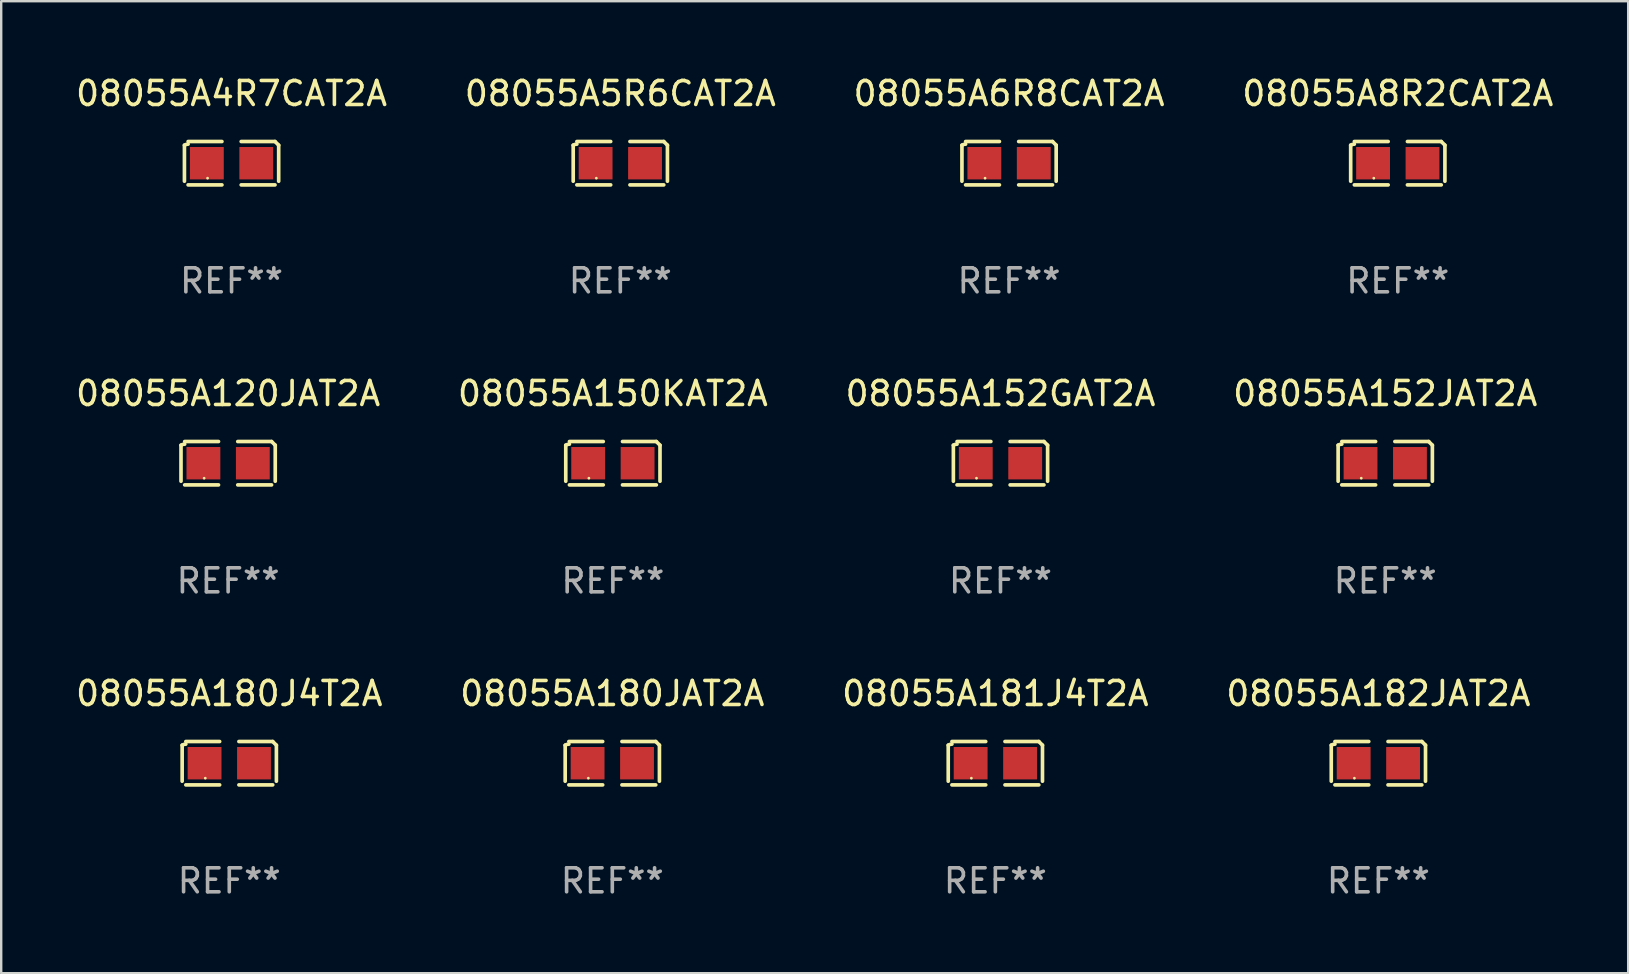
<source format=kicad_pcb>
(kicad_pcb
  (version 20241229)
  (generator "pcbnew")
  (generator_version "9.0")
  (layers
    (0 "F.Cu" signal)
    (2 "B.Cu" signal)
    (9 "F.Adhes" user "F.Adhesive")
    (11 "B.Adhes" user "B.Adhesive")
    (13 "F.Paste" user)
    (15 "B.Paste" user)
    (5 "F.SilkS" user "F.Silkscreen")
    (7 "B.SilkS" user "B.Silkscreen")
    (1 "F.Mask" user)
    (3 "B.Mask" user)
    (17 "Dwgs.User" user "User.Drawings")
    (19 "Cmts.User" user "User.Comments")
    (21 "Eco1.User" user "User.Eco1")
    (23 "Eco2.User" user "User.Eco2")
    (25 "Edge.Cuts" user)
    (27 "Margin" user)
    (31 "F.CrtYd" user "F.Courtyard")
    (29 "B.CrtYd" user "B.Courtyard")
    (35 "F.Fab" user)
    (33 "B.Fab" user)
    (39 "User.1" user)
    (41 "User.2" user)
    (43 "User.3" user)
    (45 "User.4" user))
  (footprint "08055A4R7CAT2A"
    (layer "F.Cu")
    (at 6.601 3.752)
    (property "Reference" "08055A4R7CAT2A" (at 0 -2.904 0) (layer "F.SilkS") (effects (font (size 1 1) (thickness 0.15))))
    (attr through_hole)
    (fp_line (start -1.964 0.751) (end -1.964 -0.751) (stroke (width 0.152) (type solid)) (layer "F.SilkS"))
    (fp_line (start -1.811 -0.904) (end -0.401 -0.904) (stroke (width 0.152) (type solid)) (layer "F.SilkS"))
    (fp_line (start -0.401 0.904) (end -1.811 0.904) (stroke (width 0.152) (type solid)) (layer "F.SilkS"))
    (fp_line (start 0.401 0.904) (end 1.811 0.904) (stroke (width 0.152) (type solid)) (layer "F.SilkS"))
    (fp_line (start 1.811 -0.904) (end 0.401 -0.904) (stroke (width 0.152) (type solid)) (layer "F.SilkS"))
    (fp_line (start 1.964 0.751) (end 1.964 -0.751) (stroke (width 0.152) (type solid)) (layer "F.SilkS"))
    (fp_arc (start -1.963602 -0.751207) (mid -1.890354 -0.783131) (end -1.811201 -0.794044) (stroke (width 0.1524) (type solid)) (layer "F.SilkS"))
    (fp_arc (start 1.811202 -0.903607) (mid 1.887413 -0.827418) (end 1.963602 -0.751207) (stroke (width 0.1524) (type solid)) (layer "F.SilkS"))
    (fp_circle (center -1 0.625) (end -0.97 0.625) (stroke (width 0.06) (type solid)) (fill no) (layer "F.SilkS"))
    (fp_text user "REF**" (at 0 4.904 0) (layer "F.Fab") (effects (font (size 1 1) (thickness 0.15))))
    (pad "1" smd rect (at -1.03 0) (size 1.41 1.35) (layers "F.Cu" "F.Mask" "F.Paste"))
    (pad "2" smd rect (at 1.03 0) (size 1.41 1.35) (layers "F.Cu" "F.Mask" "F.Paste")))
  (footprint "08055A5R6CAT2A"
    (layer "F.Cu")
    (at 22.804 3.752)
    (property "Reference" "08055A5R6CAT2A" (at 0 -2.904 0) (layer "F.SilkS") (effects (font (size 1 1) (thickness 0.15))))
    (attr through_hole)
    (fp_line (start -1.964 0.751) (end -1.964 -0.751) (stroke (width 0.152) (type solid)) (layer "F.SilkS"))
    (fp_line (start -1.811 -0.904) (end -0.401 -0.904) (stroke (width 0.152) (type solid)) (layer "F.SilkS"))
    (fp_line (start -0.401 0.904) (end -1.811 0.904) (stroke (width 0.152) (type solid)) (layer "F.SilkS"))
    (fp_line (start 0.401 0.904) (end 1.811 0.904) (stroke (width 0.152) (type solid)) (layer "F.SilkS"))
    (fp_line (start 1.811 -0.904) (end 0.401 -0.904) (stroke (width 0.152) (type solid)) (layer "F.SilkS"))
    (fp_line (start 1.964 0.751) (end 1.964 -0.751) (stroke (width 0.152) (type solid)) (layer "F.SilkS"))
    (fp_arc (start -1.963602 -0.751207) (mid -1.890354 -0.783131) (end -1.811201 -0.794044) (stroke (width 0.1524) (type solid)) (layer "F.SilkS"))
    (fp_arc (start 1.811202 -0.903607) (mid 1.887413 -0.827418) (end 1.963602 -0.751207) (stroke (width 0.1524) (type solid)) (layer "F.SilkS"))
    (fp_circle (center -1 0.625) (end -0.97 0.625) (stroke (width 0.06) (type solid)) (fill no) (layer "F.SilkS"))
    (fp_text user "REF**" (at 0 4.904 0) (layer "F.Fab") (effects (font (size 1 1) (thickness 0.15))))
    (pad "1" smd rect (at -1.03 0) (size 1.41 1.35) (layers "F.Cu" "F.Mask" "F.Paste"))
    (pad "2" smd rect (at 1.03 0) (size 1.41 1.35) (layers "F.Cu" "F.Mask" "F.Paste")))
  (footprint "08055A150KAT2A"
    (layer "F.Cu")
    (at 22.494 16.256)
    (property "Reference" "08055A150KAT2A" (at 0 -2.904 0) (layer "F.SilkS") (effects (font (size 1 1) (thickness 0.15))))
    (attr through_hole)
    (fp_line (start -1.964 0.751) (end -1.964 -0.751) (stroke (width 0.152) (type solid)) (layer "F.SilkS"))
    (fp_line (start -1.811 -0.904) (end -0.401 -0.904) (stroke (width 0.152) (type solid)) (layer "F.SilkS"))
    (fp_line (start -0.401 0.904) (end -1.811 0.904) (stroke (width 0.152) (type solid)) (layer "F.SilkS"))
    (fp_line (start 0.401 0.904) (end 1.811 0.904) (stroke (width 0.152) (type solid)) (layer "F.SilkS"))
    (fp_line (start 1.811 -0.904) (end 0.401 -0.904) (stroke (width 0.152) (type solid)) (layer "F.SilkS"))
    (fp_line (start 1.964 0.751) (end 1.964 -0.751) (stroke (width 0.152) (type solid)) (layer "F.SilkS"))
    (fp_arc (start -1.963602 -0.751207) (mid -1.890354 -0.783131) (end -1.811201 -0.794044) (stroke (width 0.1524) (type solid)) (layer "F.SilkS"))
    (fp_arc (start 1.811202 -0.903607) (mid 1.887413 -0.827418) (end 1.963602 -0.751207) (stroke (width 0.1524) (type solid)) (layer "F.SilkS"))
    (fp_circle (center -1 0.625) (end -0.97 0.625) (stroke (width 0.06) (type solid)) (fill no) (layer "F.SilkS"))
    (fp_text user "REF**" (at 0 4.904 0) (layer "F.Fab") (effects (font (size 1 1) (thickness 0.15))))
    (pad "1" smd rect (at -1.03 0) (size 1.41 1.35) (layers "F.Cu" "F.Mask" "F.Paste"))
    (pad "2" smd rect (at 1.03 0) (size 1.41 1.35) (layers "F.Cu" "F.Mask" "F.Paste")))
  (footprint "08055A120JAT2A"
    (layer "F.Cu")
    (at 6.458 16.256)
    (property "Reference" "08055A120JAT2A" (at 0 -2.904 0) (layer "F.SilkS") (effects (font (size 1 1) (thickness 0.15))))
    (attr through_hole)
    (fp_line (start -1.964 0.751) (end -1.964 -0.751) (stroke (width 0.152) (type solid)) (layer "F.SilkS"))
    (fp_line (start -1.811 -0.904) (end -0.401 -0.904) (stroke (width 0.152) (type solid)) (layer "F.SilkS"))
    (fp_line (start -0.401 0.904) (end -1.811 0.904) (stroke (width 0.152) (type solid)) (layer "F.SilkS"))
    (fp_line (start 0.401 0.904) (end 1.811 0.904) (stroke (width 0.152) (type solid)) (layer "F.SilkS"))
    (fp_line (start 1.811 -0.904) (end 0.401 -0.904) (stroke (width 0.152) (type solid)) (layer "F.SilkS"))
    (fp_line (start 1.964 0.751) (end 1.964 -0.751) (stroke (width 0.152) (type solid)) (layer "F.SilkS"))
    (fp_arc (start -1.963602 -0.751207) (mid -1.890354 -0.783131) (end -1.811201 -0.794044) (stroke (width 0.1524) (type solid)) (layer "F.SilkS"))
    (fp_arc (start 1.811202 -0.903607) (mid 1.887413 -0.827418) (end 1.963602 -0.751207) (stroke (width 0.1524) (type solid)) (layer "F.SilkS"))
    (fp_circle (center -1 0.625) (end -0.97 0.625) (stroke (width 0.06) (type solid)) (fill no) (layer "F.SilkS"))
    (fp_text user "REF**" (at 0 4.904 0) (layer "F.Fab") (effects (font (size 1 1) (thickness 0.15))))
    (pad "1" smd rect (at -1.03 0) (size 1.41 1.35) (layers "F.Cu" "F.Mask" "F.Paste"))
    (pad "2" smd rect (at 1.03 0) (size 1.41 1.35) (layers "F.Cu" "F.Mask" "F.Paste")))
  (footprint "08055A180J4T2A"
    (layer "F.Cu")
    (at 6.506 28.759)
    (property "Reference" "08055A180J4T2A" (at 0 -2.904 0) (layer "F.SilkS") (effects (font (size 1 1) (thickness 0.15))))
    (attr through_hole)
    (fp_line (start -1.964 0.751) (end -1.964 -0.751) (stroke (width 0.152) (type solid)) (layer "F.SilkS"))
    (fp_line (start -1.811 -0.904) (end -0.401 -0.904) (stroke (width 0.152) (type solid)) (layer "F.SilkS"))
    (fp_line (start -0.401 0.904) (end -1.811 0.904) (stroke (width 0.152) (type solid)) (layer "F.SilkS"))
    (fp_line (start 0.401 0.904) (end 1.811 0.904) (stroke (width 0.152) (type solid)) (layer "F.SilkS"))
    (fp_line (start 1.811 -0.904) (end 0.401 -0.904) (stroke (width 0.152) (type solid)) (layer "F.SilkS"))
    (fp_line (start 1.964 0.751) (end 1.964 -0.751) (stroke (width 0.152) (type solid)) (layer "F.SilkS"))
    (fp_arc (start -1.963602 -0.751207) (mid -1.890354 -0.783131) (end -1.811201 -0.794044) (stroke (width 0.1524) (type solid)) (layer "F.SilkS"))
    (fp_arc (start 1.811202 -0.903607) (mid 1.887413 -0.827418) (end 1.963602 -0.751207) (stroke (width 0.1524) (type solid)) (layer "F.SilkS"))
    (fp_circle (center -1 0.625) (end -0.97 0.625) (stroke (width 0.06) (type solid)) (fill no) (layer "F.SilkS"))
    (fp_text user "REF**" (at 0 4.904 0) (layer "F.Fab") (effects (font (size 1 1) (thickness 0.15))))
    (pad "1" smd rect (at -1.03 0) (size 1.41 1.35) (layers "F.Cu" "F.Mask" "F.Paste"))
    (pad "2" smd rect (at 1.03 0) (size 1.41 1.35) (layers "F.Cu" "F.Mask" "F.Paste")))
  (footprint "08055A152GAT2A"
    (layer "F.Cu")
    (at 38.649 16.256)
    (property "Reference" "08055A152GAT2A" (at 0 -2.904 0) (layer "F.SilkS") (effects (font (size 1 1) (thickness 0.15))))
    (attr through_hole)
    (fp_line (start -1.964 0.751) (end -1.964 -0.751) (stroke (width 0.152) (type solid)) (layer "F.SilkS"))
    (fp_line (start -1.811 -0.904) (end -0.401 -0.904) (stroke (width 0.152) (type solid)) (layer "F.SilkS"))
    (fp_line (start -0.401 0.904) (end -1.811 0.904) (stroke (width 0.152) (type solid)) (layer "F.SilkS"))
    (fp_line (start 0.401 0.904) (end 1.811 0.904) (stroke (width 0.152) (type solid)) (layer "F.SilkS"))
    (fp_line (start 1.811 -0.904) (end 0.401 -0.904) (stroke (width 0.152) (type solid)) (layer "F.SilkS"))
    (fp_line (start 1.964 0.751) (end 1.964 -0.751) (stroke (width 0.152) (type solid)) (layer "F.SilkS"))
    (fp_arc (start -1.963602 -0.751207) (mid -1.890354 -0.783131) (end -1.811201 -0.794044) (stroke (width 0.1524) (type solid)) (layer "F.SilkS"))
    (fp_arc (start 1.811202 -0.903607) (mid 1.887413 -0.827418) (end 1.963602 -0.751207) (stroke (width 0.1524) (type solid)) (layer "F.SilkS"))
    (fp_circle (center -1 0.625) (end -0.97 0.625) (stroke (width 0.06) (type solid)) (fill no) (layer "F.SilkS"))
    (fp_text user "REF**" (at 0 4.904 0) (layer "F.Fab") (effects (font (size 1 1) (thickness 0.15))))
    (pad "1" smd rect (at -1.03 0) (size 1.41 1.35) (layers "F.Cu" "F.Mask" "F.Paste"))
    (pad "2" smd rect (at 1.03 0) (size 1.41 1.35) (layers "F.Cu" "F.Mask" "F.Paste")))
  (footprint "08055A6R8CAT2A"
    (layer "F.Cu")
    (at 39.006 3.752)
    (property "Reference" "08055A6R8CAT2A" (at 0 -2.904 0) (layer "F.SilkS") (effects (font (size 1 1) (thickness 0.15))))
    (attr through_hole)
    (fp_line (start -1.964 0.751) (end -1.964 -0.751) (stroke (width 0.152) (type solid)) (layer "F.SilkS"))
    (fp_line (start -1.811 -0.904) (end -0.401 -0.904) (stroke (width 0.152) (type solid)) (layer "F.SilkS"))
    (fp_line (start -0.401 0.904) (end -1.811 0.904) (stroke (width 0.152) (type solid)) (layer "F.SilkS"))
    (fp_line (start 0.401 0.904) (end 1.811 0.904) (stroke (width 0.152) (type solid)) (layer "F.SilkS"))
    (fp_line (start 1.811 -0.904) (end 0.401 -0.904) (stroke (width 0.152) (type solid)) (layer "F.SilkS"))
    (fp_line (start 1.964 0.751) (end 1.964 -0.751) (stroke (width 0.152) (type solid)) (layer "F.SilkS"))
    (fp_arc (start -1.963602 -0.751207) (mid -1.890354 -0.783131) (end -1.811201 -0.794044) (stroke (width 0.1524) (type solid)) (layer "F.SilkS"))
    (fp_arc (start 1.811202 -0.903607) (mid 1.887413 -0.827418) (end 1.963602 -0.751207) (stroke (width 0.1524) (type solid)) (layer "F.SilkS"))
    (fp_circle (center -1 0.625) (end -0.97 0.625) (stroke (width 0.06) (type solid)) (fill no) (layer "F.SilkS"))
    (fp_text user "REF**" (at 0 4.904 0) (layer "F.Fab") (effects (font (size 1 1) (thickness 0.15))))
    (pad "1" smd rect (at -1.03 0) (size 1.41 1.35) (layers "F.Cu" "F.Mask" "F.Paste"))
    (pad "2" smd rect (at 1.03 0) (size 1.41 1.35) (layers "F.Cu" "F.Mask" "F.Paste")))
  (footprint "08055A182JAT2A"
    (layer "F.Cu")
    (at 54.399 28.759)
    (property "Reference" "08055A182JAT2A" (at 0 -2.904 0) (layer "F.SilkS") (effects (font (size 1 1) (thickness 0.15))))
    (attr through_hole)
    (fp_line (start -1.964 0.751) (end -1.964 -0.751) (stroke (width 0.152) (type solid)) (layer "F.SilkS"))
    (fp_line (start -1.811 -0.904) (end -0.401 -0.904) (stroke (width 0.152) (type solid)) (layer "F.SilkS"))
    (fp_line (start -0.401 0.904) (end -1.811 0.904) (stroke (width 0.152) (type solid)) (layer "F.SilkS"))
    (fp_line (start 0.401 0.904) (end 1.811 0.904) (stroke (width 0.152) (type solid)) (layer "F.SilkS"))
    (fp_line (start 1.811 -0.904) (end 0.401 -0.904) (stroke (width 0.152) (type solid)) (layer "F.SilkS"))
    (fp_line (start 1.964 0.751) (end 1.964 -0.751) (stroke (width 0.152) (type solid)) (layer "F.SilkS"))
    (fp_arc (start -1.963602 -0.751207) (mid -1.890354 -0.783131) (end -1.811201 -0.794044) (stroke (width 0.1524) (type solid)) (layer "F.SilkS"))
    (fp_arc (start 1.811202 -0.903607) (mid 1.887413 -0.827418) (end 1.963602 -0.751207) (stroke (width 0.1524) (type solid)) (layer "F.SilkS"))
    (fp_circle (center -1 0.625) (end -0.97 0.625) (stroke (width 0.06) (type solid)) (fill no) (layer "F.SilkS"))
    (fp_text user "REF**" (at 0 4.904 0) (layer "F.Fab") (effects (font (size 1 1) (thickness 0.15))))
    (pad "1" smd rect (at -1.03 0) (size 1.41 1.35) (layers "F.Cu" "F.Mask" "F.Paste"))
    (pad "2" smd rect (at 1.03 0) (size 1.41 1.35) (layers "F.Cu" "F.Mask" "F.Paste")))
  (footprint "08055A8R2CAT2A"
    (layer "F.Cu")
    (at 55.208 3.752)
    (property "Reference" "08055A8R2CAT2A" (at 0 -2.904 0) (layer "F.SilkS") (effects (font (size 1 1) (thickness 0.15))))
    (attr through_hole)
    (fp_line (start -1.964 0.751) (end -1.964 -0.751) (stroke (width 0.152) (type solid)) (layer "F.SilkS"))
    (fp_line (start -1.811 -0.904) (end -0.401 -0.904) (stroke (width 0.152) (type solid)) (layer "F.SilkS"))
    (fp_line (start -0.401 0.904) (end -1.811 0.904) (stroke (width 0.152) (type solid)) (layer "F.SilkS"))
    (fp_line (start 0.401 0.904) (end 1.811 0.904) (stroke (width 0.152) (type solid)) (layer "F.SilkS"))
    (fp_line (start 1.811 -0.904) (end 0.401 -0.904) (stroke (width 0.152) (type solid)) (layer "F.SilkS"))
    (fp_line (start 1.964 0.751) (end 1.964 -0.751) (stroke (width 0.152) (type solid)) (layer "F.SilkS"))
    (fp_arc (start -1.963602 -0.751207) (mid -1.890354 -0.783131) (end -1.811201 -0.794044) (stroke (width 0.1524) (type solid)) (layer "F.SilkS"))
    (fp_arc (start 1.811202 -0.903607) (mid 1.887413 -0.827418) (end 1.963602 -0.751207) (stroke (width 0.1524) (type solid)) (layer "F.SilkS"))
    (fp_circle (center -1 0.625) (end -0.97 0.625) (stroke (width 0.06) (type solid)) (fill no) (layer "F.SilkS"))
    (fp_text user "REF**" (at 0 4.904 0) (layer "F.Fab") (effects (font (size 1 1) (thickness 0.15))))
    (pad "1" smd rect (at -1.03 0) (size 1.41 1.35) (layers "F.Cu" "F.Mask" "F.Paste"))
    (pad "2" smd rect (at 1.03 0) (size 1.41 1.35) (layers "F.Cu" "F.Mask" "F.Paste")))
  (footprint "08055A181J4T2A"
    (layer "F.Cu")
    (at 38.435 28.759)
    (property "Reference" "08055A181J4T2A" (at 0 -2.904 0) (layer "F.SilkS") (effects (font (size 1 1) (thickness 0.15))))
    (attr through_hole)
    (fp_line (start -1.964 0.751) (end -1.964 -0.751) (stroke (width 0.152) (type solid)) (layer "F.SilkS"))
    (fp_line (start -1.811 -0.904) (end -0.401 -0.904) (stroke (width 0.152) (type solid)) (layer "F.SilkS"))
    (fp_line (start -0.401 0.904) (end -1.811 0.904) (stroke (width 0.152) (type solid)) (layer "F.SilkS"))
    (fp_line (start 0.401 0.904) (end 1.811 0.904) (stroke (width 0.152) (type solid)) (layer "F.SilkS"))
    (fp_line (start 1.811 -0.904) (end 0.401 -0.904) (stroke (width 0.152) (type solid)) (layer "F.SilkS"))
    (fp_line (start 1.964 0.751) (end 1.964 -0.751) (stroke (width 0.152) (type solid)) (layer "F.SilkS"))
    (fp_arc (start -1.963602 -0.751207) (mid -1.890354 -0.783131) (end -1.811201 -0.794044) (stroke (width 0.1524) (type solid)) (layer "F.SilkS"))
    (fp_arc (start 1.811202 -0.903607) (mid 1.887413 -0.827418) (end 1.963602 -0.751207) (stroke (width 0.1524) (type solid)) (layer "F.SilkS"))
    (fp_circle (center -1 0.625) (end -0.97 0.625) (stroke (width 0.06) (type solid)) (fill no) (layer "F.SilkS"))
    (fp_text user "REF**" (at 0 4.904 0) (layer "F.Fab") (effects (font (size 1 1) (thickness 0.15))))
    (pad "1" smd rect (at -1.03 0) (size 1.41 1.35) (layers "F.Cu" "F.Mask" "F.Paste"))
    (pad "2" smd rect (at 1.03 0) (size 1.41 1.35) (layers "F.Cu" "F.Mask" "F.Paste")))
  (footprint "08055A152JAT2A"
    (layer "F.Cu")
    (at 54.685 16.256)
    (property "Reference" "08055A152JAT2A" (at 0 -2.904 0) (layer "F.SilkS") (effects (font (size 1 1) (thickness 0.15))))
    (attr through_hole)
    (fp_line (start -1.964 0.751) (end -1.964 -0.751) (stroke (width 0.152) (type solid)) (layer "F.SilkS"))
    (fp_line (start -1.811 -0.904) (end -0.401 -0.904) (stroke (width 0.152) (type solid)) (layer "F.SilkS"))
    (fp_line (start -0.401 0.904) (end -1.811 0.904) (stroke (width 0.152) (type solid)) (layer "F.SilkS"))
    (fp_line (start 0.401 0.904) (end 1.811 0.904) (stroke (width 0.152) (type solid)) (layer "F.SilkS"))
    (fp_line (start 1.811 -0.904) (end 0.401 -0.904) (stroke (width 0.152) (type solid)) (layer "F.SilkS"))
    (fp_line (start 1.964 0.751) (end 1.964 -0.751) (stroke (width 0.152) (type solid)) (layer "F.SilkS"))
    (fp_arc (start -1.963602 -0.751207) (mid -1.890354 -0.783131) (end -1.811201 -0.794044) (stroke (width 0.1524) (type solid)) (layer "F.SilkS"))
    (fp_arc (start 1.811202 -0.903607) (mid 1.887413 -0.827418) (end 1.963602 -0.751207) (stroke (width 0.1524) (type solid)) (layer "F.SilkS"))
    (fp_circle (center -1 0.625) (end -0.97 0.625) (stroke (width 0.06) (type solid)) (fill no) (layer "F.SilkS"))
    (fp_text user "REF**" (at 0 4.904 0) (layer "F.Fab") (effects (font (size 1 1) (thickness 0.15))))
    (pad "1" smd rect (at -1.03 0) (size 1.41 1.35) (layers "F.Cu" "F.Mask" "F.Paste"))
    (pad "2" smd rect (at 1.03 0) (size 1.41 1.35) (layers "F.Cu" "F.Mask" "F.Paste")))
  (footprint "08055A180JAT2A"
    (layer "F.Cu")
    (at 22.47 28.759)
    (property "Reference" "08055A180JAT2A" (at 0 -2.904 0) (layer "F.SilkS") (effects (font (size 1 1) (thickness 0.15))))
    (attr through_hole)
    (fp_line (start -1.964 0.751) (end -1.964 -0.751) (stroke (width 0.152) (type solid)) (layer "F.SilkS"))
    (fp_line (start -1.811 -0.904) (end -0.401 -0.904) (stroke (width 0.152) (type solid)) (layer "F.SilkS"))
    (fp_line (start -0.401 0.904) (end -1.811 0.904) (stroke (width 0.152) (type solid)) (layer "F.SilkS"))
    (fp_line (start 0.401 0.904) (end 1.811 0.904) (stroke (width 0.152) (type solid)) (layer "F.SilkS"))
    (fp_line (start 1.811 -0.904) (end 0.401 -0.904) (stroke (width 0.152) (type solid)) (layer "F.SilkS"))
    (fp_line (start 1.964 0.751) (end 1.964 -0.751) (stroke (width 0.152) (type solid)) (layer "F.SilkS"))
    (fp_arc (start -1.963602 -0.751207) (mid -1.890354 -0.783131) (end -1.811201 -0.794044) (stroke (width 0.1524) (type solid)) (layer "F.SilkS"))
    (fp_arc (start 1.811202 -0.903607) (mid 1.887413 -0.827418) (end 1.963602 -0.751207) (stroke (width 0.1524) (type solid)) (layer "F.SilkS"))
    (fp_circle (center -1 0.625) (end -0.97 0.625) (stroke (width 0.06) (type solid)) (fill no) (layer "F.SilkS"))
    (fp_text user "REF**" (at 0 4.904 0) (layer "F.Fab") (effects (font (size 1 1) (thickness 0.15))))
    (pad "1" smd rect (at -1.03 0) (size 1.41 1.35) (layers "F.Cu" "F.Mask" "F.Paste"))
    (pad "2" smd rect (at 1.03 0) (size 1.41 1.35) (layers "F.Cu" "F.Mask" "F.Paste")))
  (gr_rect
    (start -3 -3)
    (end 64.81 37.511)
    (stroke (width 0.1) (type default))
    (fill no)
    (layer "Edge.Cuts")))
</source>
